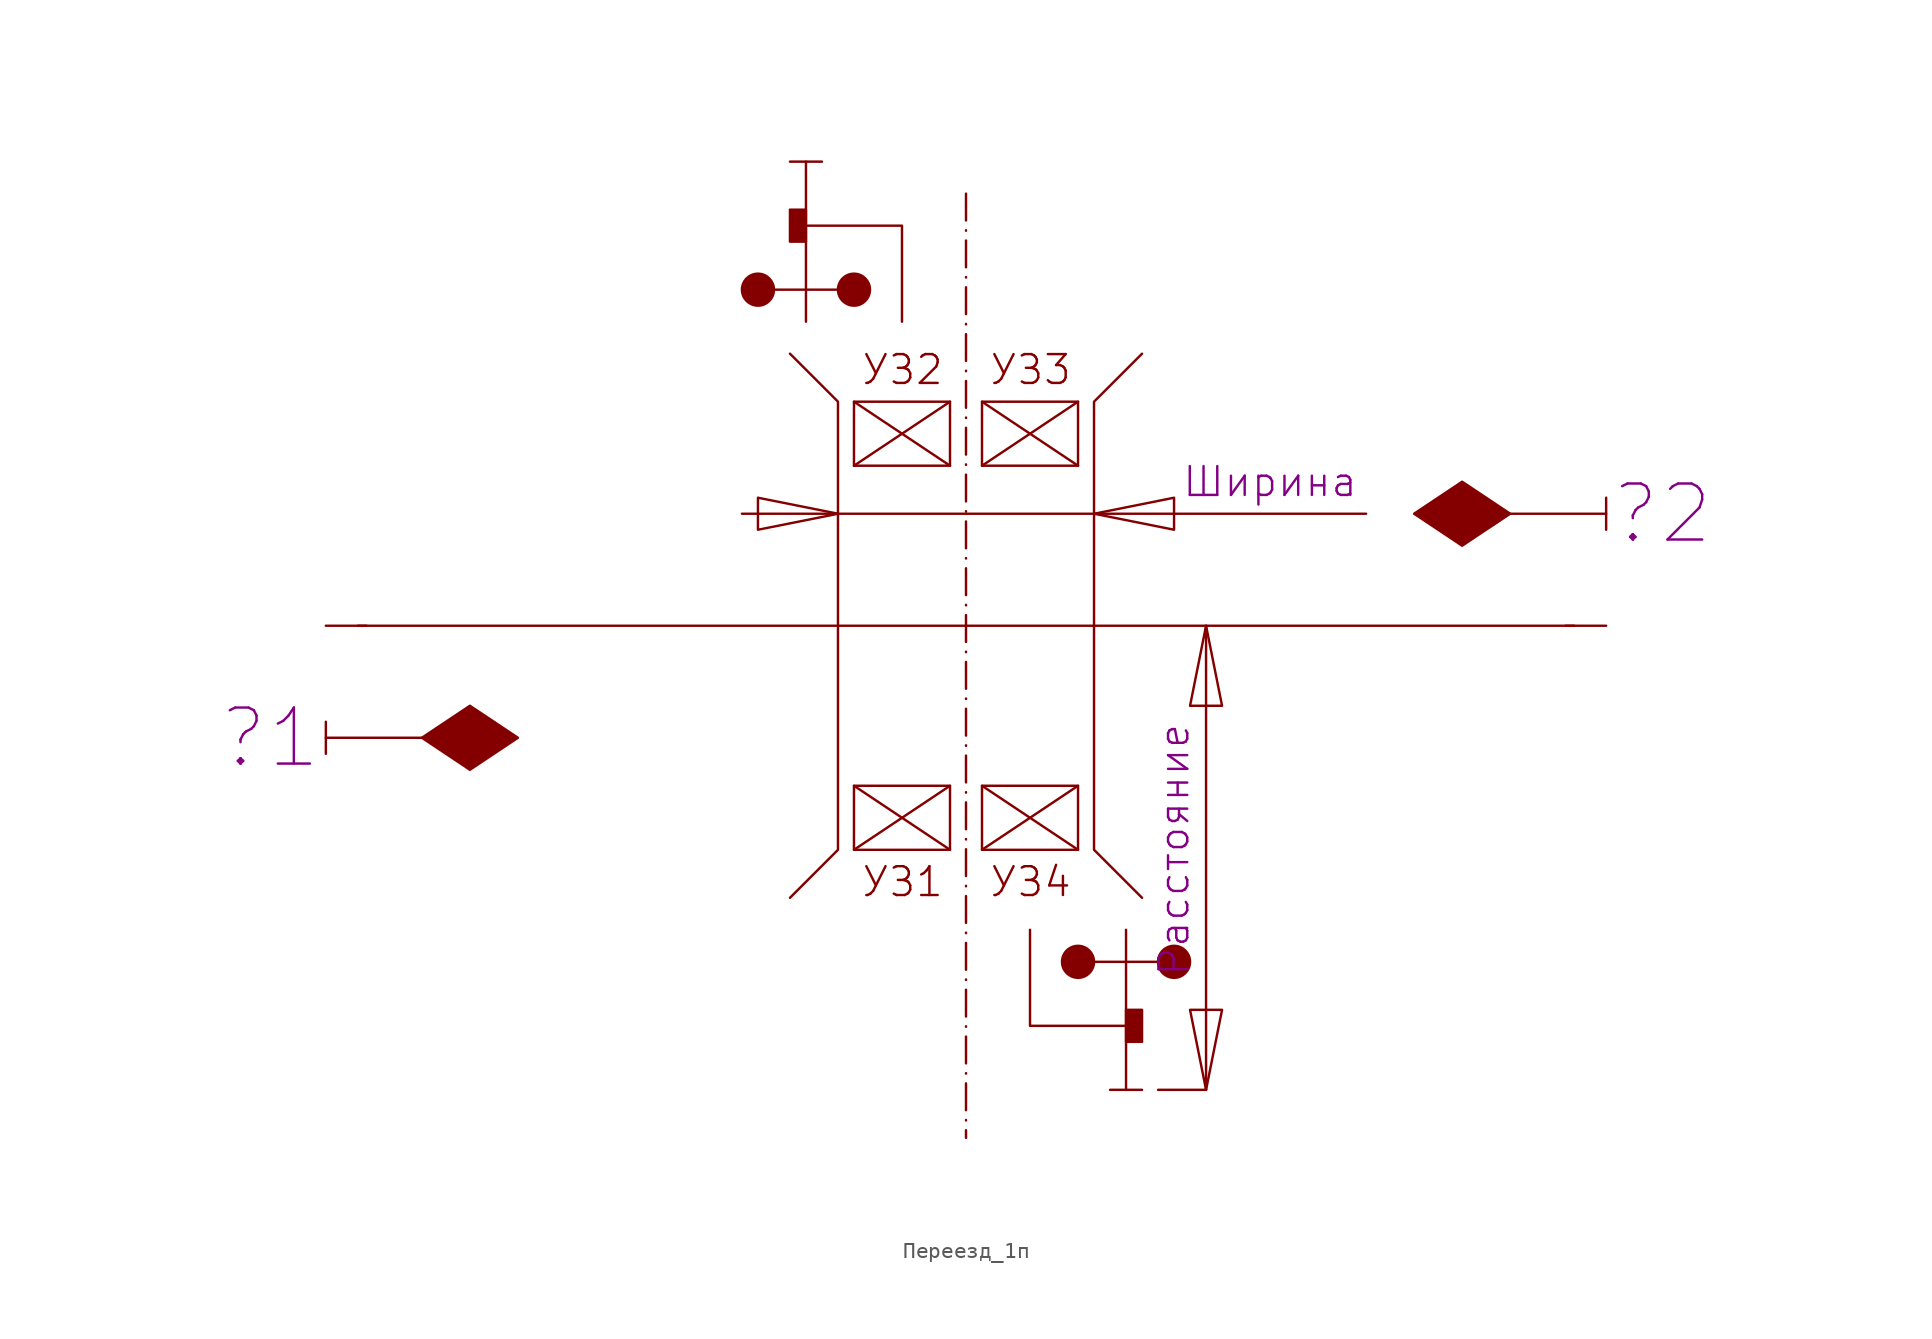
<source format=kicad_sym>
(kicad_symbol_lib
  (version 20231120)
  (generator "kicad_symbol_editor")
  (generator_version "8.0")
  (symbol "Переезд_1п"
    (pin_numbers hide)
    (pin_names
      (offset 0) hide)
    (property "Reference" "ПЕРЕЕЗД"
      (at 0 40 0)
      (effects (font (size 1.8 1.8)) (hide yes)))
    (property "Л.заградительного.1" "?1"
      (at -43.5 3 0)
      (do_not_autoplace)
      (effects (font (size 3.5 3.5))))
    (property "Л.заградительного.2" "?2"
      (at 43.5 17 0)
      (do_not_autoplace)
      (effects (font (size 3.5 3.5))))
    (property "Ширина" "Ширина"
      (at 19 19 0)
      (do_not_autoplace)
      (effects (font (size 1.8 1.8))))
    (property "Расстояние" "Расстояние"
      (at 13 -4 90)
      (do_not_autoplace)
      (effects (font (size 1.8 1.8))))
    (symbol "Переезд_1п_0_1"
      (rectangle (start -7 0) (end -1 -4) (stroke (width 0) (type default)) (fill (type none)))
      (rectangle (start -7 24) (end -1 20) (stroke (width 0) (type default)) (fill (type none)))
      (polyline (pts (xy -40 2) (xy -40 4)) (stroke (width 0) (type default)) (fill (type none)))
      (polyline (pts (xy -40 3) (xy -34 3)) (stroke (width 0) (type default)) (fill (type none)))
      (polyline (pts (xy -14 17) (xy 25 17)) (stroke (width 0) (type default)) (fill (type none)))
      (polyline (pts (xy -10 39) (xy -10 29)) (stroke (width 0) (type default)) (fill (type none)))
      (polyline (pts (xy -9 39) (xy -11 39)) (stroke (width 0) (type default)) (fill (type none)))
      (polyline (pts (xy -7 31) (xy -13 31)) (stroke (width 0) (type default)) (fill (type none)))
      (polyline (pts (xy 7 -11) (xy 13 -11)) (stroke (width 0) (type default)) (fill (type none)))
      (polyline (pts (xy 9 -19) (xy 11 -19)) (stroke (width 0) (type default)) (fill (type none)))
      (polyline (pts (xy 10 -19) (xy 10 -9)) (stroke (width 0) (type default)) (fill (type none)))
      (polyline (pts (xy 15 10) (xy 15 -19)) (stroke (width 0) (type default)) (fill (type none)))
      (polyline (pts (xy 40 16) (xy 40 18)) (stroke (width 0) (type default)) (fill (type none)))
      (polyline (pts (xy 40 17) (xy 34 17)) (stroke (width 0) (type default)) (fill (type none)))
      (polyline (pts (xy -10 35) (xy -4 35) (xy -4 29)) (stroke (width 0) (type default)) (fill (type none)))
      (polyline (pts (xy 10 -15) (xy 4 -15) (xy 4 -9)) (stroke (width 0) (type default)) (fill (type none)))
      (polyline (pts (xy -11 -7) (xy -8 -4) (xy -8 24) (xy -11 27)) (stroke (width 0) (type default)) (fill (type none)))
      (polyline (pts (xy -8 17) (xy -13 18) (xy -13 16) (xy -8 17)) (stroke (width 0) (type default)) (fill (type none)))
      (polyline (pts (xy 8 17) (xy 13 18) (xy 13 16) (xy 8 17)) (stroke (width 0) (type default)) (fill (type none)))
      (polyline (pts (xy 11 -7) (xy 8 -4) (xy 8 24) (xy 11 27)) (stroke (width 0) (type default)) (fill (type none)))
      (polyline (pts (xy 15 -19) (xy 16 -14) (xy 14 -14) (xy 15 -19)) (stroke (width 0) (type default)) (fill (type none)))
      (polyline (pts (xy 15 10) (xy 16 5) (xy 14 5) (xy 15 10)) (stroke (width 0) (type default)) (fill (type none)))
      (rectangle (start 1 0) (end 7 -4) (stroke (width 0) (type default)) (fill (type none)))
      (rectangle (start 1 24) (end 7 20) (stroke (width 0) (type default)) (fill (type none))))
    (symbol "Переезд_1п_1_1"
      (circle (center -13 31) (radius 1) (stroke (width 0) (type default)) (fill (type outline)))
      (rectangle (start -10 34) (end -11 36) (stroke (width 0) (type default)) (fill (type outline)))
      (circle (center -7 31) (radius 1) (stroke (width 0) (type default)) (fill (type outline)))
      (polyline (pts (xy -7 0) (xy -1 -4)) (stroke (width 0) (type default)) (fill (type none)))
      (polyline (pts (xy -7 24) (xy -1 20)) (stroke (width 0) (type default)) (fill (type none)))
      (polyline (pts (xy -1 0) (xy -7 -4)) (stroke (width 0) (type default)) (fill (type none)))
      (polyline (pts (xy -1 24) (xy -7 20)) (stroke (width 0) (type default)) (fill (type none)))
      (polyline (pts (xy 0 37) (xy 0 -22)) (stroke (width 0) (type dash_dot)) (fill (type none)))
      (polyline (pts (xy 1 0) (xy 7 -4)) (stroke (width 0) (type default)) (fill (type none)))
      (polyline (pts (xy 1 24) (xy 7 20)) (stroke (width 0) (type default)) (fill (type none)))
      (polyline (pts (xy 7 0) (xy 1 -4)) (stroke (width 0) (type default)) (fill (type none)))
      (polyline (pts (xy 7 24) (xy 1 20)) (stroke (width 0) (type default)) (fill (type none)))
      (polyline (pts (xy 15 -19) (xy 12 -19)) (stroke (width 0) (type default)) (fill (type none)))
      (polyline (pts (xy 38 10) (xy -38 10)) (stroke (width 0) (type default)) (fill (type none)))
      (polyline (pts (xy -34 3) (xy -31 1) (xy -28 3) (xy -31 5) (xy -34 3)) (stroke (width 0) (type default)) (fill (type outline)))
      (polyline (pts (xy 34 17) (xy 31 15) (xy 28 17) (xy 31 19) (xy 34 17)) (stroke (width 0) (type default)) (fill (type outline)))
      (circle (center 7 -11) (radius 1) (stroke (width 0) (type default)) (fill (type outline)))
      (rectangle (start 10 -14) (end 11 -16) (stroke (width 0) (type default)) (fill (type outline)))
      (circle (center 13 -11) (radius 1) (stroke (width 0) (type default)) (fill (type outline)))
      (text "УЗ1" (at -4 -6 0) (effects (font (size 1.8 1.8))))
      (text "УЗ2" (at -4 26 0) (effects (font (size 1.8 1.8))))
      (text "УЗ3" (at 4 26 0) (effects (font (size 1.8 1.8))))
      (text "УЗ4" (at 4 -6 0) (effects (font (size 1.8 1.8))))
      (pin unspecified line (at -40 10 0) (length 2.54) (name "привязка" (effects (font (size 1.8 1.8)))) (number "" (effects (font (size 1.8 1.8)))))
      (pin unspecified line (at 40 10 180) (length 2.54) (name "привязка" (effects (font (size 1.8 1.8)))) (number "" (effects (font (size 1.8 1.8))))))))
</source>
